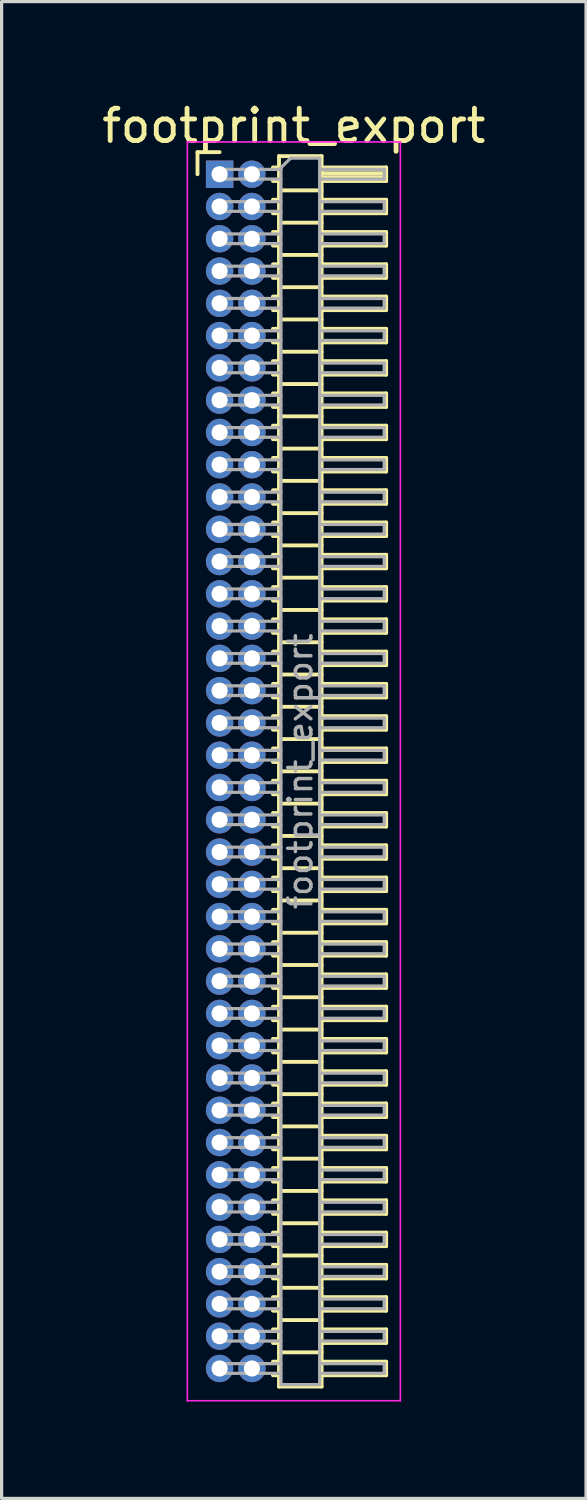
<source format=kicad_pcb>
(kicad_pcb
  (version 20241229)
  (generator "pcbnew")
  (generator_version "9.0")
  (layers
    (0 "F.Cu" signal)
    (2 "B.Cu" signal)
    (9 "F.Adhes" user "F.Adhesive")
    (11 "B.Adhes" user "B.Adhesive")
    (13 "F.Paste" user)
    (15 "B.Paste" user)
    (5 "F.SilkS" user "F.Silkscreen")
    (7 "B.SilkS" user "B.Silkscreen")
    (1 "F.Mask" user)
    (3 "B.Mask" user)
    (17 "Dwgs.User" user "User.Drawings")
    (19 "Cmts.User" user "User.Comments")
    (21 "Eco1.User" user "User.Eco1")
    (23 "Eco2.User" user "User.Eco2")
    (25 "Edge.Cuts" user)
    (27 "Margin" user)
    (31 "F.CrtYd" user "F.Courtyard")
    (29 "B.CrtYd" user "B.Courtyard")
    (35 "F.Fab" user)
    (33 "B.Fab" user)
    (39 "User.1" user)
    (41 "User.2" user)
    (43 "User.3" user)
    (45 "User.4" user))
  (footprint "footprint_export"
    (layer "F.Cu")
    (at 3.754 2.348)
    (property "Reference" "footprint_export" (at 2.3 -1.5 0) (layer "F.SilkS") (effects (font (size 1 1) (thickness 0.15))))
    (attr through_hole)
    (fp_line (start -0.685 -0.685) (end 0 -0.685) (stroke (width 0.12) (type solid)) (layer "F.SilkS"))
    (fp_line (start -0.685 0) (end -0.685 -0.685) (stroke (width 0.12) (type solid)) (layer "F.SilkS"))
    (fp_line (start 1.652 -0.21) (end 1.84 -0.21) (stroke (width 0.12) (type solid)) (layer "F.SilkS"))
    (fp_line (start 1.652 0.21) (end 1.84 0.21) (stroke (width 0.12) (type solid)) (layer "F.SilkS"))
    (fp_line (start 1.652 0.79) (end 1.84 0.79) (stroke (width 0.12) (type solid)) (layer "F.SilkS"))
    (fp_line (start 1.652 1.21) (end 1.84 1.21) (stroke (width 0.12) (type solid)) (layer "F.SilkS"))
    (fp_line (start 1.652 1.79) (end 1.84 1.79) (stroke (width 0.12) (type solid)) (layer "F.SilkS"))
    (fp_line (start 1.652 2.21) (end 1.84 2.21) (stroke (width 0.12) (type solid)) (layer "F.SilkS"))
    (fp_line (start 1.652 2.79) (end 1.84 2.79) (stroke (width 0.12) (type solid)) (layer "F.SilkS"))
    (fp_line (start 1.652 3.21) (end 1.84 3.21) (stroke (width 0.12) (type solid)) (layer "F.SilkS"))
    (fp_line (start 1.652 3.79) (end 1.84 3.79) (stroke (width 0.12) (type solid)) (layer "F.SilkS"))
    (fp_line (start 1.652 4.21) (end 1.84 4.21) (stroke (width 0.12) (type solid)) (layer "F.SilkS"))
    (fp_line (start 1.652 4.79) (end 1.84 4.79) (stroke (width 0.12) (type solid)) (layer "F.SilkS"))
    (fp_line (start 1.652 5.21) (end 1.84 5.21) (stroke (width 0.12) (type solid)) (layer "F.SilkS"))
    (fp_line (start 1.652 5.79) (end 1.84 5.79) (stroke (width 0.12) (type solid)) (layer "F.SilkS"))
    (fp_line (start 1.652 6.21) (end 1.84 6.21) (stroke (width 0.12) (type solid)) (layer "F.SilkS"))
    (fp_line (start 1.652 6.79) (end 1.84 6.79) (stroke (width 0.12) (type solid)) (layer "F.SilkS"))
    (fp_line (start 1.652 7.21) (end 1.84 7.21) (stroke (width 0.12) (type solid)) (layer "F.SilkS"))
    (fp_line (start 1.652 7.79) (end 1.84 7.79) (stroke (width 0.12) (type solid)) (layer "F.SilkS"))
    (fp_line (start 1.652 8.21) (end 1.84 8.21) (stroke (width 0.12) (type solid)) (layer "F.SilkS"))
    (fp_line (start 1.652 8.79) (end 1.84 8.79) (stroke (width 0.12) (type solid)) (layer "F.SilkS"))
    (fp_line (start 1.652 9.21) (end 1.84 9.21) (stroke (width 0.12) (type solid)) (layer "F.SilkS"))
    (fp_line (start 1.652 9.79) (end 1.84 9.79) (stroke (width 0.12) (type solid)) (layer "F.SilkS"))
    (fp_line (start 1.652 10.21) (end 1.84 10.21) (stroke (width 0.12) (type solid)) (layer "F.SilkS"))
    (fp_line (start 1.652 10.79) (end 1.84 10.79) (stroke (width 0.12) (type solid)) (layer "F.SilkS"))
    (fp_line (start 1.652 11.21) (end 1.84 11.21) (stroke (width 0.12) (type solid)) (layer "F.SilkS"))
    (fp_line (start 1.652 11.79) (end 1.84 11.79) (stroke (width 0.12) (type solid)) (layer "F.SilkS"))
    (fp_line (start 1.652 12.21) (end 1.84 12.21) (stroke (width 0.12) (type solid)) (layer "F.SilkS"))
    (fp_line (start 1.652 12.79) (end 1.84 12.79) (stroke (width 0.12) (type solid)) (layer "F.SilkS"))
    (fp_line (start 1.652 13.21) (end 1.84 13.21) (stroke (width 0.12) (type solid)) (layer "F.SilkS"))
    (fp_line (start 1.652 13.79) (end 1.84 13.79) (stroke (width 0.12) (type solid)) (layer "F.SilkS"))
    (fp_line (start 1.652 14.21) (end 1.84 14.21) (stroke (width 0.12) (type solid)) (layer "F.SilkS"))
    (fp_line (start 1.652 14.79) (end 1.84 14.79) (stroke (width 0.12) (type solid)) (layer "F.SilkS"))
    (fp_line (start 1.652 15.21) (end 1.84 15.21) (stroke (width 0.12) (type solid)) (layer "F.SilkS"))
    (fp_line (start 1.652 15.79) (end 1.84 15.79) (stroke (width 0.12) (type solid)) (layer "F.SilkS"))
    (fp_line (start 1.652 16.21) (end 1.84 16.21) (stroke (width 0.12) (type solid)) (layer "F.SilkS"))
    (fp_line (start 1.652 16.79) (end 1.84 16.79) (stroke (width 0.12) (type solid)) (layer "F.SilkS"))
    (fp_line (start 1.652 17.21) (end 1.84 17.21) (stroke (width 0.12) (type solid)) (layer "F.SilkS"))
    (fp_line (start 1.652 17.79) (end 1.84 17.79) (stroke (width 0.12) (type solid)) (layer "F.SilkS"))
    (fp_line (start 1.652 18.21) (end 1.84 18.21) (stroke (width 0.12) (type solid)) (layer "F.SilkS"))
    (fp_line (start 1.652 18.79) (end 1.84 18.79) (stroke (width 0.12) (type solid)) (layer "F.SilkS"))
    (fp_line (start 1.652 19.21) (end 1.84 19.21) (stroke (width 0.12) (type solid)) (layer "F.SilkS"))
    (fp_line (start 1.652 19.79) (end 1.84 19.79) (stroke (width 0.12) (type solid)) (layer "F.SilkS"))
    (fp_line (start 1.652 20.21) (end 1.84 20.21) (stroke (width 0.12) (type solid)) (layer "F.SilkS"))
    (fp_line (start 1.652 20.79) (end 1.84 20.79) (stroke (width 0.12) (type solid)) (layer "F.SilkS"))
    (fp_line (start 1.652 21.21) (end 1.84 21.21) (stroke (width 0.12) (type solid)) (layer "F.SilkS"))
    (fp_line (start 1.652 21.79) (end 1.84 21.79) (stroke (width 0.12) (type solid)) (layer "F.SilkS"))
    (fp_line (start 1.652 22.21) (end 1.84 22.21) (stroke (width 0.12) (type solid)) (layer "F.SilkS"))
    (fp_line (start 1.652 22.79) (end 1.84 22.79) (stroke (width 0.12) (type solid)) (layer "F.SilkS"))
    (fp_line (start 1.652 23.21) (end 1.84 23.21) (stroke (width 0.12) (type solid)) (layer "F.SilkS"))
    (fp_line (start 1.652 23.79) (end 1.84 23.79) (stroke (width 0.12) (type solid)) (layer "F.SilkS"))
    (fp_line (start 1.652 24.21) (end 1.84 24.21) (stroke (width 0.12) (type solid)) (layer "F.SilkS"))
    (fp_line (start 1.652 24.79) (end 1.84 24.79) (stroke (width 0.12) (type solid)) (layer "F.SilkS"))
    (fp_line (start 1.652 25.21) (end 1.84 25.21) (stroke (width 0.12) (type solid)) (layer "F.SilkS"))
    (fp_line (start 1.652 25.79) (end 1.84 25.79) (stroke (width 0.12) (type solid)) (layer "F.SilkS"))
    (fp_line (start 1.652 26.21) (end 1.84 26.21) (stroke (width 0.12) (type solid)) (layer "F.SilkS"))
    (fp_line (start 1.652 26.79) (end 1.84 26.79) (stroke (width 0.12) (type solid)) (layer "F.SilkS"))
    (fp_line (start 1.652 27.21) (end 1.84 27.21) (stroke (width 0.12) (type solid)) (layer "F.SilkS"))
    (fp_line (start 1.652 27.79) (end 1.84 27.79) (stroke (width 0.12) (type solid)) (layer "F.SilkS"))
    (fp_line (start 1.652 28.21) (end 1.84 28.21) (stroke (width 0.12) (type solid)) (layer "F.SilkS"))
    (fp_line (start 1.652 28.79) (end 1.84 28.79) (stroke (width 0.12) (type solid)) (layer "F.SilkS"))
    (fp_line (start 1.652 29.21) (end 1.84 29.21) (stroke (width 0.12) (type solid)) (layer "F.SilkS"))
    (fp_line (start 1.652 29.79) (end 1.84 29.79) (stroke (width 0.12) (type solid)) (layer "F.SilkS"))
    (fp_line (start 1.652 30.21) (end 1.84 30.21) (stroke (width 0.12) (type solid)) (layer "F.SilkS"))
    (fp_line (start 1.652 30.79) (end 1.84 30.79) (stroke (width 0.12) (type solid)) (layer "F.SilkS"))
    (fp_line (start 1.652 31.21) (end 1.84 31.21) (stroke (width 0.12) (type solid)) (layer "F.SilkS"))
    (fp_line (start 1.652 31.79) (end 1.84 31.79) (stroke (width 0.12) (type solid)) (layer "F.SilkS"))
    (fp_line (start 1.652 32.21) (end 1.84 32.21) (stroke (width 0.12) (type solid)) (layer "F.SilkS"))
    (fp_line (start 1.652 32.79) (end 1.84 32.79) (stroke (width 0.12) (type solid)) (layer "F.SilkS"))
    (fp_line (start 1.652 33.21) (end 1.84 33.21) (stroke (width 0.12) (type solid)) (layer "F.SilkS"))
    (fp_line (start 1.652 33.79) (end 1.84 33.79) (stroke (width 0.12) (type solid)) (layer "F.SilkS"))
    (fp_line (start 1.652 34.21) (end 1.84 34.21) (stroke (width 0.12) (type solid)) (layer "F.SilkS"))
    (fp_line (start 1.652 34.79) (end 1.84 34.79) (stroke (width 0.12) (type solid)) (layer "F.SilkS"))
    (fp_line (start 1.652 35.21) (end 1.84 35.21) (stroke (width 0.12) (type solid)) (layer "F.SilkS"))
    (fp_line (start 1.652 35.79) (end 1.84 35.79) (stroke (width 0.12) (type solid)) (layer "F.SilkS"))
    (fp_line (start 1.652 36.21) (end 1.84 36.21) (stroke (width 0.12) (type solid)) (layer "F.SilkS"))
    (fp_line (start 1.652 36.79) (end 1.84 36.79) (stroke (width 0.12) (type solid)) (layer "F.SilkS"))
    (fp_line (start 1.652 37.21) (end 1.84 37.21) (stroke (width 0.12) (type solid)) (layer "F.SilkS"))
    (fp_line (start 1.84 -0.56) (end 1.84 37.56) (stroke (width 0.12) (type solid)) (layer "F.SilkS"))
    (fp_line (start 1.84 0.5) (end 3.16 0.5) (stroke (width 0.12) (type solid)) (layer "F.SilkS"))
    (fp_line (start 1.84 1.5) (end 3.16 1.5) (stroke (width 0.12) (type solid)) (layer "F.SilkS"))
    (fp_line (start 1.84 2.5) (end 3.16 2.5) (stroke (width 0.12) (type solid)) (layer "F.SilkS"))
    (fp_line (start 1.84 3.5) (end 3.16 3.5) (stroke (width 0.12) (type solid)) (layer "F.SilkS"))
    (fp_line (start 1.84 4.5) (end 3.16 4.5) (stroke (width 0.12) (type solid)) (layer "F.SilkS"))
    (fp_line (start 1.84 5.5) (end 3.16 5.5) (stroke (width 0.12) (type solid)) (layer "F.SilkS"))
    (fp_line (start 1.84 6.5) (end 3.16 6.5) (stroke (width 0.12) (type solid)) (layer "F.SilkS"))
    (fp_line (start 1.84 7.5) (end 3.16 7.5) (stroke (width 0.12) (type solid)) (layer "F.SilkS"))
    (fp_line (start 1.84 8.5) (end 3.16 8.5) (stroke (width 0.12) (type solid)) (layer "F.SilkS"))
    (fp_line (start 1.84 9.5) (end 3.16 9.5) (stroke (width 0.12) (type solid)) (layer "F.SilkS"))
    (fp_line (start 1.84 10.5) (end 3.16 10.5) (stroke (width 0.12) (type solid)) (layer "F.SilkS"))
    (fp_line (start 1.84 11.5) (end 3.16 11.5) (stroke (width 0.12) (type solid)) (layer "F.SilkS"))
    (fp_line (start 1.84 12.5) (end 3.16 12.5) (stroke (width 0.12) (type solid)) (layer "F.SilkS"))
    (fp_line (start 1.84 13.5) (end 3.16 13.5) (stroke (width 0.12) (type solid)) (layer "F.SilkS"))
    (fp_line (start 1.84 14.5) (end 3.16 14.5) (stroke (width 0.12) (type solid)) (layer "F.SilkS"))
    (fp_line (start 1.84 15.5) (end 3.16 15.5) (stroke (width 0.12) (type solid)) (layer "F.SilkS"))
    (fp_line (start 1.84 16.5) (end 3.16 16.5) (stroke (width 0.12) (type solid)) (layer "F.SilkS"))
    (fp_line (start 1.84 17.5) (end 3.16 17.5) (stroke (width 0.12) (type solid)) (layer "F.SilkS"))
    (fp_line (start 1.84 18.5) (end 3.16 18.5) (stroke (width 0.12) (type solid)) (layer "F.SilkS"))
    (fp_line (start 1.84 19.5) (end 3.16 19.5) (stroke (width 0.12) (type solid)) (layer "F.SilkS"))
    (fp_line (start 1.84 20.5) (end 3.16 20.5) (stroke (width 0.12) (type solid)) (layer "F.SilkS"))
    (fp_line (start 1.84 21.5) (end 3.16 21.5) (stroke (width 0.12) (type solid)) (layer "F.SilkS"))
    (fp_line (start 1.84 22.5) (end 3.16 22.5) (stroke (width 0.12) (type solid)) (layer "F.SilkS"))
    (fp_line (start 1.84 23.5) (end 3.16 23.5) (stroke (width 0.12) (type solid)) (layer "F.SilkS"))
    (fp_line (start 1.84 24.5) (end 3.16 24.5) (stroke (width 0.12) (type solid)) (layer "F.SilkS"))
    (fp_line (start 1.84 25.5) (end 3.16 25.5) (stroke (width 0.12) (type solid)) (layer "F.SilkS"))
    (fp_line (start 1.84 26.5) (end 3.16 26.5) (stroke (width 0.12) (type solid)) (layer "F.SilkS"))
    (fp_line (start 1.84 27.5) (end 3.16 27.5) (stroke (width 0.12) (type solid)) (layer "F.SilkS"))
    (fp_line (start 1.84 28.5) (end 3.16 28.5) (stroke (width 0.12) (type solid)) (layer "F.SilkS"))
    (fp_line (start 1.84 29.5) (end 3.16 29.5) (stroke (width 0.12) (type solid)) (layer "F.SilkS"))
    (fp_line (start 1.84 30.5) (end 3.16 30.5) (stroke (width 0.12) (type solid)) (layer "F.SilkS"))
    (fp_line (start 1.84 31.5) (end 3.16 31.5) (stroke (width 0.12) (type solid)) (layer "F.SilkS"))
    (fp_line (start 1.84 32.5) (end 3.16 32.5) (stroke (width 0.12) (type solid)) (layer "F.SilkS"))
    (fp_line (start 1.84 33.5) (end 3.16 33.5) (stroke (width 0.12) (type solid)) (layer "F.SilkS"))
    (fp_line (start 1.84 34.5) (end 3.16 34.5) (stroke (width 0.12) (type solid)) (layer "F.SilkS"))
    (fp_line (start 1.84 35.5) (end 3.16 35.5) (stroke (width 0.12) (type solid)) (layer "F.SilkS"))
    (fp_line (start 1.84 36.5) (end 3.16 36.5) (stroke (width 0.12) (type solid)) (layer "F.SilkS"))
    (fp_line (start 1.84 37.56) (end 3.16 37.56) (stroke (width 0.12) (type solid)) (layer "F.SilkS"))
    (fp_line (start 3.16 -0.56) (end 1.84 -0.56) (stroke (width 0.12) (type solid)) (layer "F.SilkS"))
    (fp_line (start 3.16 -0.21) (end 5.16 -0.21) (stroke (width 0.12) (type solid)) (layer "F.SilkS"))
    (fp_line (start 3.16 -0.15) (end 5.16 -0.15) (stroke (width 0.12) (type solid)) (layer "F.SilkS"))
    (fp_line (start 3.16 -0.03) (end 5.16 -0.03) (stroke (width 0.12) (type solid)) (layer "F.SilkS"))
    (fp_line (start 3.16 0.09) (end 5.16 0.09) (stroke (width 0.12) (type solid)) (layer "F.SilkS"))
    (fp_line (start 3.16 0.79) (end 5.16 0.79) (stroke (width 0.12) (type solid)) (layer "F.SilkS"))
    (fp_line (start 3.16 1.79) (end 5.16 1.79) (stroke (width 0.12) (type solid)) (layer "F.SilkS"))
    (fp_line (start 3.16 2.79) (end 5.16 2.79) (stroke (width 0.12) (type solid)) (layer "F.SilkS"))
    (fp_line (start 3.16 3.79) (end 5.16 3.79) (stroke (width 0.12) (type solid)) (layer "F.SilkS"))
    (fp_line (start 3.16 4.79) (end 5.16 4.79) (stroke (width 0.12) (type solid)) (layer "F.SilkS"))
    (fp_line (start 3.16 5.79) (end 5.16 5.79) (stroke (width 0.12) (type solid)) (layer "F.SilkS"))
    (fp_line (start 3.16 6.79) (end 5.16 6.79) (stroke (width 0.12) (type solid)) (layer "F.SilkS"))
    (fp_line (start 3.16 7.79) (end 5.16 7.79) (stroke (width 0.12) (type solid)) (layer "F.SilkS"))
    (fp_line (start 3.16 8.79) (end 5.16 8.79) (stroke (width 0.12) (type solid)) (layer "F.SilkS"))
    (fp_line (start 3.16 9.79) (end 5.16 9.79) (stroke (width 0.12) (type solid)) (layer "F.SilkS"))
    (fp_line (start 3.16 10.79) (end 5.16 10.79) (stroke (width 0.12) (type solid)) (layer "F.SilkS"))
    (fp_line (start 3.16 11.79) (end 5.16 11.79) (stroke (width 0.12) (type solid)) (layer "F.SilkS"))
    (fp_line (start 3.16 12.79) (end 5.16 12.79) (stroke (width 0.12) (type solid)) (layer "F.SilkS"))
    (fp_line (start 3.16 13.79) (end 5.16 13.79) (stroke (width 0.12) (type solid)) (layer "F.SilkS"))
    (fp_line (start 3.16 14.79) (end 5.16 14.79) (stroke (width 0.12) (type solid)) (layer "F.SilkS"))
    (fp_line (start 3.16 15.79) (end 5.16 15.79) (stroke (width 0.12) (type solid)) (layer "F.SilkS"))
    (fp_line (start 3.16 16.79) (end 5.16 16.79) (stroke (width 0.12) (type solid)) (layer "F.SilkS"))
    (fp_line (start 3.16 17.79) (end 5.16 17.79) (stroke (width 0.12) (type solid)) (layer "F.SilkS"))
    (fp_line (start 3.16 18.79) (end 5.16 18.79) (stroke (width 0.12) (type solid)) (layer "F.SilkS"))
    (fp_line (start 3.16 19.79) (end 5.16 19.79) (stroke (width 0.12) (type solid)) (layer "F.SilkS"))
    (fp_line (start 3.16 20.79) (end 5.16 20.79) (stroke (width 0.12) (type solid)) (layer "F.SilkS"))
    (fp_line (start 3.16 21.79) (end 5.16 21.79) (stroke (width 0.12) (type solid)) (layer "F.SilkS"))
    (fp_line (start 3.16 22.79) (end 5.16 22.79) (stroke (width 0.12) (type solid)) (layer "F.SilkS"))
    (fp_line (start 3.16 23.79) (end 5.16 23.79) (stroke (width 0.12) (type solid)) (layer "F.SilkS"))
    (fp_line (start 3.16 24.79) (end 5.16 24.79) (stroke (width 0.12) (type solid)) (layer "F.SilkS"))
    (fp_line (start 3.16 25.79) (end 5.16 25.79) (stroke (width 0.12) (type solid)) (layer "F.SilkS"))
    (fp_line (start 3.16 26.79) (end 5.16 26.79) (stroke (width 0.12) (type solid)) (layer "F.SilkS"))
    (fp_line (start 3.16 27.79) (end 5.16 27.79) (stroke (width 0.12) (type solid)) (layer "F.SilkS"))
    (fp_line (start 3.16 28.79) (end 5.16 28.79) (stroke (width 0.12) (type solid)) (layer "F.SilkS"))
    (fp_line (start 3.16 29.79) (end 5.16 29.79) (stroke (width 0.12) (type solid)) (layer "F.SilkS"))
    (fp_line (start 3.16 30.79) (end 5.16 30.79) (stroke (width 0.12) (type solid)) (layer "F.SilkS"))
    (fp_line (start 3.16 31.79) (end 5.16 31.79) (stroke (width 0.12) (type solid)) (layer "F.SilkS"))
    (fp_line (start 3.16 32.79) (end 5.16 32.79) (stroke (width 0.12) (type solid)) (layer "F.SilkS"))
    (fp_line (start 3.16 33.79) (end 5.16 33.79) (stroke (width 0.12) (type solid)) (layer "F.SilkS"))
    (fp_line (start 3.16 34.79) (end 5.16 34.79) (stroke (width 0.12) (type solid)) (layer "F.SilkS"))
    (fp_line (start 3.16 35.79) (end 5.16 35.79) (stroke (width 0.12) (type solid)) (layer "F.SilkS"))
    (fp_line (start 3.16 36.79) (end 5.16 36.79) (stroke (width 0.12) (type solid)) (layer "F.SilkS"))
    (fp_line (start 3.16 37.56) (end 3.16 -0.56) (stroke (width 0.12) (type solid)) (layer "F.SilkS"))
    (fp_line (start 5.16 -0.21) (end 5.16 0.21) (stroke (width 0.12) (type solid)) (layer "F.SilkS"))
    (fp_line (start 5.16 0.21) (end 3.16 0.21) (stroke (width 0.12) (type solid)) (layer "F.SilkS"))
    (fp_line (start 5.16 0.79) (end 5.16 1.21) (stroke (width 0.12) (type solid)) (layer "F.SilkS"))
    (fp_line (start 5.16 1.21) (end 3.16 1.21) (stroke (width 0.12) (type solid)) (layer "F.SilkS"))
    (fp_line (start 5.16 1.79) (end 5.16 2.21) (stroke (width 0.12) (type solid)) (layer "F.SilkS"))
    (fp_line (start 5.16 2.21) (end 3.16 2.21) (stroke (width 0.12) (type solid)) (layer "F.SilkS"))
    (fp_line (start 5.16 2.79) (end 5.16 3.21) (stroke (width 0.12) (type solid)) (layer "F.SilkS"))
    (fp_line (start 5.16 3.21) (end 3.16 3.21) (stroke (width 0.12) (type solid)) (layer "F.SilkS"))
    (fp_line (start 5.16 3.79) (end 5.16 4.21) (stroke (width 0.12) (type solid)) (layer "F.SilkS"))
    (fp_line (start 5.16 4.21) (end 3.16 4.21) (stroke (width 0.12) (type solid)) (layer "F.SilkS"))
    (fp_line (start 5.16 4.79) (end 5.16 5.21) (stroke (width 0.12) (type solid)) (layer "F.SilkS"))
    (fp_line (start 5.16 5.21) (end 3.16 5.21) (stroke (width 0.12) (type solid)) (layer "F.SilkS"))
    (fp_line (start 5.16 5.79) (end 5.16 6.21) (stroke (width 0.12) (type solid)) (layer "F.SilkS"))
    (fp_line (start 5.16 6.21) (end 3.16 6.21) (stroke (width 0.12) (type solid)) (layer "F.SilkS"))
    (fp_line (start 5.16 6.79) (end 5.16 7.21) (stroke (width 0.12) (type solid)) (layer "F.SilkS"))
    (fp_line (start 5.16 7.21) (end 3.16 7.21) (stroke (width 0.12) (type solid)) (layer "F.SilkS"))
    (fp_line (start 5.16 7.79) (end 5.16 8.21) (stroke (width 0.12) (type solid)) (layer "F.SilkS"))
    (fp_line (start 5.16 8.21) (end 3.16 8.21) (stroke (width 0.12) (type solid)) (layer "F.SilkS"))
    (fp_line (start 5.16 8.79) (end 5.16 9.21) (stroke (width 0.12) (type solid)) (layer "F.SilkS"))
    (fp_line (start 5.16 9.21) (end 3.16 9.21) (stroke (width 0.12) (type solid)) (layer "F.SilkS"))
    (fp_line (start 5.16 9.79) (end 5.16 10.21) (stroke (width 0.12) (type solid)) (layer "F.SilkS"))
    (fp_line (start 5.16 10.21) (end 3.16 10.21) (stroke (width 0.12) (type solid)) (layer "F.SilkS"))
    (fp_line (start 5.16 10.79) (end 5.16 11.21) (stroke (width 0.12) (type solid)) (layer "F.SilkS"))
    (fp_line (start 5.16 11.21) (end 3.16 11.21) (stroke (width 0.12) (type solid)) (layer "F.SilkS"))
    (fp_line (start 5.16 11.79) (end 5.16 12.21) (stroke (width 0.12) (type solid)) (layer "F.SilkS"))
    (fp_line (start 5.16 12.21) (end 3.16 12.21) (stroke (width 0.12) (type solid)) (layer "F.SilkS"))
    (fp_line (start 5.16 12.79) (end 5.16 13.21) (stroke (width 0.12) (type solid)) (layer "F.SilkS"))
    (fp_line (start 5.16 13.21) (end 3.16 13.21) (stroke (width 0.12) (type solid)) (layer "F.SilkS"))
    (fp_line (start 5.16 13.79) (end 5.16 14.21) (stroke (width 0.12) (type solid)) (layer "F.SilkS"))
    (fp_line (start 5.16 14.21) (end 3.16 14.21) (stroke (width 0.12) (type solid)) (layer "F.SilkS"))
    (fp_line (start 5.16 14.79) (end 5.16 15.21) (stroke (width 0.12) (type solid)) (layer "F.SilkS"))
    (fp_line (start 5.16 15.21) (end 3.16 15.21) (stroke (width 0.12) (type solid)) (layer "F.SilkS"))
    (fp_line (start 5.16 15.79) (end 5.16 16.21) (stroke (width 0.12) (type solid)) (layer "F.SilkS"))
    (fp_line (start 5.16 16.21) (end 3.16 16.21) (stroke (width 0.12) (type solid)) (layer "F.SilkS"))
    (fp_line (start 5.16 16.79) (end 5.16 17.21) (stroke (width 0.12) (type solid)) (layer "F.SilkS"))
    (fp_line (start 5.16 17.21) (end 3.16 17.21) (stroke (width 0.12) (type solid)) (layer "F.SilkS"))
    (fp_line (start 5.16 17.79) (end 5.16 18.21) (stroke (width 0.12) (type solid)) (layer "F.SilkS"))
    (fp_line (start 5.16 18.21) (end 3.16 18.21) (stroke (width 0.12) (type solid)) (layer "F.SilkS"))
    (fp_line (start 5.16 18.79) (end 5.16 19.21) (stroke (width 0.12) (type solid)) (layer "F.SilkS"))
    (fp_line (start 5.16 19.21) (end 3.16 19.21) (stroke (width 0.12) (type solid)) (layer "F.SilkS"))
    (fp_line (start 5.16 19.79) (end 5.16 20.21) (stroke (width 0.12) (type solid)) (layer "F.SilkS"))
    (fp_line (start 5.16 20.21) (end 3.16 20.21) (stroke (width 0.12) (type solid)) (layer "F.SilkS"))
    (fp_line (start 5.16 20.79) (end 5.16 21.21) (stroke (width 0.12) (type solid)) (layer "F.SilkS"))
    (fp_line (start 5.16 21.21) (end 3.16 21.21) (stroke (width 0.12) (type solid)) (layer "F.SilkS"))
    (fp_line (start 5.16 21.79) (end 5.16 22.21) (stroke (width 0.12) (type solid)) (layer "F.SilkS"))
    (fp_line (start 5.16 22.21) (end 3.16 22.21) (stroke (width 0.12) (type solid)) (layer "F.SilkS"))
    (fp_line (start 5.16 22.79) (end 5.16 23.21) (stroke (width 0.12) (type solid)) (layer "F.SilkS"))
    (fp_line (start 5.16 23.21) (end 3.16 23.21) (stroke (width 0.12) (type solid)) (layer "F.SilkS"))
    (fp_line (start 5.16 23.79) (end 5.16 24.21) (stroke (width 0.12) (type solid)) (layer "F.SilkS"))
    (fp_line (start 5.16 24.21) (end 3.16 24.21) (stroke (width 0.12) (type solid)) (layer "F.SilkS"))
    (fp_line (start 5.16 24.79) (end 5.16 25.21) (stroke (width 0.12) (type solid)) (layer "F.SilkS"))
    (fp_line (start 5.16 25.21) (end 3.16 25.21) (stroke (width 0.12) (type solid)) (layer "F.SilkS"))
    (fp_line (start 5.16 25.79) (end 5.16 26.21) (stroke (width 0.12) (type solid)) (layer "F.SilkS"))
    (fp_line (start 5.16 26.21) (end 3.16 26.21) (stroke (width 0.12) (type solid)) (layer "F.SilkS"))
    (fp_line (start 5.16 26.79) (end 5.16 27.21) (stroke (width 0.12) (type solid)) (layer "F.SilkS"))
    (fp_line (start 5.16 27.21) (end 3.16 27.21) (stroke (width 0.12) (type solid)) (layer "F.SilkS"))
    (fp_line (start 5.16 27.79) (end 5.16 28.21) (stroke (width 0.12) (type solid)) (layer "F.SilkS"))
    (fp_line (start 5.16 28.21) (end 3.16 28.21) (stroke (width 0.12) (type solid)) (layer "F.SilkS"))
    (fp_line (start 5.16 28.79) (end 5.16 29.21) (stroke (width 0.12) (type solid)) (layer "F.SilkS"))
    (fp_line (start 5.16 29.21) (end 3.16 29.21) (stroke (width 0.12) (type solid)) (layer "F.SilkS"))
    (fp_line (start 5.16 29.79) (end 5.16 30.21) (stroke (width 0.12) (type solid)) (layer "F.SilkS"))
    (fp_line (start 5.16 30.21) (end 3.16 30.21) (stroke (width 0.12) (type solid)) (layer "F.SilkS"))
    (fp_line (start 5.16 30.79) (end 5.16 31.21) (stroke (width 0.12) (type solid)) (layer "F.SilkS"))
    (fp_line (start 5.16 31.21) (end 3.16 31.21) (stroke (width 0.12) (type solid)) (layer "F.SilkS"))
    (fp_line (start 5.16 31.79) (end 5.16 32.21) (stroke (width 0.12) (type solid)) (layer "F.SilkS"))
    (fp_line (start 5.16 32.21) (end 3.16 32.21) (stroke (width 0.12) (type solid)) (layer "F.SilkS"))
    (fp_line (start 5.16 32.79) (end 5.16 33.21) (stroke (width 0.12) (type solid)) (layer "F.SilkS"))
    (fp_line (start 5.16 33.21) (end 3.16 33.21) (stroke (width 0.12) (type solid)) (layer "F.SilkS"))
    (fp_line (start 5.16 33.79) (end 5.16 34.21) (stroke (width 0.12) (type solid)) (layer "F.SilkS"))
    (fp_line (start 5.16 34.21) (end 3.16 34.21) (stroke (width 0.12) (type solid)) (layer "F.SilkS"))
    (fp_line (start 5.16 34.79) (end 5.16 35.21) (stroke (width 0.12) (type solid)) (layer "F.SilkS"))
    (fp_line (start 5.16 35.21) (end 3.16 35.21) (stroke (width 0.12) (type solid)) (layer "F.SilkS"))
    (fp_line (start 5.16 35.79) (end 5.16 36.21) (stroke (width 0.12) (type solid)) (layer "F.SilkS"))
    (fp_line (start 5.16 36.21) (end 3.16 36.21) (stroke (width 0.12) (type solid)) (layer "F.SilkS"))
    (fp_line (start 5.16 36.79) (end 5.16 37.21) (stroke (width 0.12) (type solid)) (layer "F.SilkS"))
    (fp_line (start 5.16 37.21) (end 3.16 37.21) (stroke (width 0.12) (type solid)) (layer "F.SilkS"))
    (fp_line (start -1 -1) (end -1 38) (stroke (width 0.05) (type solid)) (layer "F.CrtYd"))
    (fp_line (start -1 38) (end 5.6 38) (stroke (width 0.05) (type solid)) (layer "F.CrtYd"))
    (fp_line (start 5.6 -1) (end -1 -1) (stroke (width 0.05) (type solid)) (layer "F.CrtYd"))
    (fp_line (start 5.6 38) (end 5.6 -1) (stroke (width 0.05) (type solid)) (layer "F.CrtYd"))
    (fp_line (start -0.15 -0.15) (end -0.15 0.15) (stroke (width 0.1) (type solid)) (layer "F.Fab"))
    (fp_line (start -0.15 -0.15) (end 1.9 -0.15) (stroke (width 0.1) (type solid)) (layer "F.Fab"))
    (fp_line (start -0.15 0.15) (end 1.9 0.15) (stroke (width 0.1) (type solid)) (layer "F.Fab"))
    (fp_line (start -0.15 0.85) (end -0.15 1.15) (stroke (width 0.1) (type solid)) (layer "F.Fab"))
    (fp_line (start -0.15 0.85) (end 1.9 0.85) (stroke (width 0.1) (type solid)) (layer "F.Fab"))
    (fp_line (start -0.15 1.15) (end 1.9 1.15) (stroke (width 0.1) (type solid)) (layer "F.Fab"))
    (fp_line (start -0.15 1.85) (end -0.15 2.15) (stroke (width 0.1) (type solid)) (layer "F.Fab"))
    (fp_line (start -0.15 1.85) (end 1.9 1.85) (stroke (width 0.1) (type solid)) (layer "F.Fab"))
    (fp_line (start -0.15 2.15) (end 1.9 2.15) (stroke (width 0.1) (type solid)) (layer "F.Fab"))
    (fp_line (start -0.15 2.85) (end -0.15 3.15) (stroke (width 0.1) (type solid)) (layer "F.Fab"))
    (fp_line (start -0.15 2.85) (end 1.9 2.85) (stroke (width 0.1) (type solid)) (layer "F.Fab"))
    (fp_line (start -0.15 3.15) (end 1.9 3.15) (stroke (width 0.1) (type solid)) (layer "F.Fab"))
    (fp_line (start -0.15 3.85) (end -0.15 4.15) (stroke (width 0.1) (type solid)) (layer "F.Fab"))
    (fp_line (start -0.15 3.85) (end 1.9 3.85) (stroke (width 0.1) (type solid)) (layer "F.Fab"))
    (fp_line (start -0.15 4.15) (end 1.9 4.15) (stroke (width 0.1) (type solid)) (layer "F.Fab"))
    (fp_line (start -0.15 4.85) (end -0.15 5.15) (stroke (width 0.1) (type solid)) (layer "F.Fab"))
    (fp_line (start -0.15 4.85) (end 1.9 4.85) (stroke (width 0.1) (type solid)) (layer "F.Fab"))
    (fp_line (start -0.15 5.15) (end 1.9 5.15) (stroke (width 0.1) (type solid)) (layer "F.Fab"))
    (fp_line (start -0.15 5.85) (end -0.15 6.15) (stroke (width 0.1) (type solid)) (layer "F.Fab"))
    (fp_line (start -0.15 5.85) (end 1.9 5.85) (stroke (width 0.1) (type solid)) (layer "F.Fab"))
    (fp_line (start -0.15 6.15) (end 1.9 6.15) (stroke (width 0.1) (type solid)) (layer "F.Fab"))
    (fp_line (start -0.15 6.85) (end -0.15 7.15) (stroke (width 0.1) (type solid)) (layer "F.Fab"))
    (fp_line (start -0.15 6.85) (end 1.9 6.85) (stroke (width 0.1) (type solid)) (layer "F.Fab"))
    (fp_line (start -0.15 7.15) (end 1.9 7.15) (stroke (width 0.1) (type solid)) (layer "F.Fab"))
    (fp_line (start -0.15 7.85) (end -0.15 8.15) (stroke (width 0.1) (type solid)) (layer "F.Fab"))
    (fp_line (start -0.15 7.85) (end 1.9 7.85) (stroke (width 0.1) (type solid)) (layer "F.Fab"))
    (fp_line (start -0.15 8.15) (end 1.9 8.15) (stroke (width 0.1) (type solid)) (layer "F.Fab"))
    (fp_line (start -0.15 8.85) (end -0.15 9.15) (stroke (width 0.1) (type solid)) (layer "F.Fab"))
    (fp_line (start -0.15 8.85) (end 1.9 8.85) (stroke (width 0.1) (type solid)) (layer "F.Fab"))
    (fp_line (start -0.15 9.15) (end 1.9 9.15) (stroke (width 0.1) (type solid)) (layer "F.Fab"))
    (fp_line (start -0.15 9.85) (end -0.15 10.15) (stroke (width 0.1) (type solid)) (layer "F.Fab"))
    (fp_line (start -0.15 9.85) (end 1.9 9.85) (stroke (width 0.1) (type solid)) (layer "F.Fab"))
    (fp_line (start -0.15 10.15) (end 1.9 10.15) (stroke (width 0.1) (type solid)) (layer "F.Fab"))
    (fp_line (start -0.15 10.85) (end -0.15 11.15) (stroke (width 0.1) (type solid)) (layer "F.Fab"))
    (fp_line (start -0.15 10.85) (end 1.9 10.85) (stroke (width 0.1) (type solid)) (layer "F.Fab"))
    (fp_line (start -0.15 11.15) (end 1.9 11.15) (stroke (width 0.1) (type solid)) (layer "F.Fab"))
    (fp_line (start -0.15 11.85) (end -0.15 12.15) (stroke (width 0.1) (type solid)) (layer "F.Fab"))
    (fp_line (start -0.15 11.85) (end 1.9 11.85) (stroke (width 0.1) (type solid)) (layer "F.Fab"))
    (fp_line (start -0.15 12.15) (end 1.9 12.15) (stroke (width 0.1) (type solid)) (layer "F.Fab"))
    (fp_line (start -0.15 12.85) (end -0.15 13.15) (stroke (width 0.1) (type solid)) (layer "F.Fab"))
    (fp_line (start -0.15 12.85) (end 1.9 12.85) (stroke (width 0.1) (type solid)) (layer "F.Fab"))
    (fp_line (start -0.15 13.15) (end 1.9 13.15) (stroke (width 0.1) (type solid)) (layer "F.Fab"))
    (fp_line (start -0.15 13.85) (end -0.15 14.15) (stroke (width 0.1) (type solid)) (layer "F.Fab"))
    (fp_line (start -0.15 13.85) (end 1.9 13.85) (stroke (width 0.1) (type solid)) (layer "F.Fab"))
    (fp_line (start -0.15 14.15) (end 1.9 14.15) (stroke (width 0.1) (type solid)) (layer "F.Fab"))
    (fp_line (start -0.15 14.85) (end -0.15 15.15) (stroke (width 0.1) (type solid)) (layer "F.Fab"))
    (fp_line (start -0.15 14.85) (end 1.9 14.85) (stroke (width 0.1) (type solid)) (layer "F.Fab"))
    (fp_line (start -0.15 15.15) (end 1.9 15.15) (stroke (width 0.1) (type solid)) (layer "F.Fab"))
    (fp_line (start -0.15 15.85) (end -0.15 16.15) (stroke (width 0.1) (type solid)) (layer "F.Fab"))
    (fp_line (start -0.15 15.85) (end 1.9 15.85) (stroke (width 0.1) (type solid)) (layer "F.Fab"))
    (fp_line (start -0.15 16.15) (end 1.9 16.15) (stroke (width 0.1) (type solid)) (layer "F.Fab"))
    (fp_line (start -0.15 16.85) (end -0.15 17.15) (stroke (width 0.1) (type solid)) (layer "F.Fab"))
    (fp_line (start -0.15 16.85) (end 1.9 16.85) (stroke (width 0.1) (type solid)) (layer "F.Fab"))
    (fp_line (start -0.15 17.15) (end 1.9 17.15) (stroke (width 0.1) (type solid)) (layer "F.Fab"))
    (fp_line (start -0.15 17.85) (end -0.15 18.15) (stroke (width 0.1) (type solid)) (layer "F.Fab"))
    (fp_line (start -0.15 17.85) (end 1.9 17.85) (stroke (width 0.1) (type solid)) (layer "F.Fab"))
    (fp_line (start -0.15 18.15) (end 1.9 18.15) (stroke (width 0.1) (type solid)) (layer "F.Fab"))
    (fp_line (start -0.15 18.85) (end -0.15 19.15) (stroke (width 0.1) (type solid)) (layer "F.Fab"))
    (fp_line (start -0.15 18.85) (end 1.9 18.85) (stroke (width 0.1) (type solid)) (layer "F.Fab"))
    (fp_line (start -0.15 19.15) (end 1.9 19.15) (stroke (width 0.1) (type solid)) (layer "F.Fab"))
    (fp_line (start -0.15 19.85) (end -0.15 20.15) (stroke (width 0.1) (type solid)) (layer "F.Fab"))
    (fp_line (start -0.15 19.85) (end 1.9 19.85) (stroke (width 0.1) (type solid)) (layer "F.Fab"))
    (fp_line (start -0.15 20.15) (end 1.9 20.15) (stroke (width 0.1) (type solid)) (layer "F.Fab"))
    (fp_line (start -0.15 20.85) (end -0.15 21.15) (stroke (width 0.1) (type solid)) (layer "F.Fab"))
    (fp_line (start -0.15 20.85) (end 1.9 20.85) (stroke (width 0.1) (type solid)) (layer "F.Fab"))
    (fp_line (start -0.15 21.15) (end 1.9 21.15) (stroke (width 0.1) (type solid)) (layer "F.Fab"))
    (fp_line (start -0.15 21.85) (end -0.15 22.15) (stroke (width 0.1) (type solid)) (layer "F.Fab"))
    (fp_line (start -0.15 21.85) (end 1.9 21.85) (stroke (width 0.1) (type solid)) (layer "F.Fab"))
    (fp_line (start -0.15 22.15) (end 1.9 22.15) (stroke (width 0.1) (type solid)) (layer "F.Fab"))
    (fp_line (start -0.15 22.85) (end -0.15 23.15) (stroke (width 0.1) (type solid)) (layer "F.Fab"))
    (fp_line (start -0.15 22.85) (end 1.9 22.85) (stroke (width 0.1) (type solid)) (layer "F.Fab"))
    (fp_line (start -0.15 23.15) (end 1.9 23.15) (stroke (width 0.1) (type solid)) (layer "F.Fab"))
    (fp_line (start -0.15 23.85) (end -0.15 24.15) (stroke (width 0.1) (type solid)) (layer "F.Fab"))
    (fp_line (start -0.15 23.85) (end 1.9 23.85) (stroke (width 0.1) (type solid)) (layer "F.Fab"))
    (fp_line (start -0.15 24.15) (end 1.9 24.15) (stroke (width 0.1) (type solid)) (layer "F.Fab"))
    (fp_line (start -0.15 24.85) (end -0.15 25.15) (stroke (width 0.1) (type solid)) (layer "F.Fab"))
    (fp_line (start -0.15 24.85) (end 1.9 24.85) (stroke (width 0.1) (type solid)) (layer "F.Fab"))
    (fp_line (start -0.15 25.15) (end 1.9 25.15) (stroke (width 0.1) (type solid)) (layer "F.Fab"))
    (fp_line (start -0.15 25.85) (end -0.15 26.15) (stroke (width 0.1) (type solid)) (layer "F.Fab"))
    (fp_line (start -0.15 25.85) (end 1.9 25.85) (stroke (width 0.1) (type solid)) (layer "F.Fab"))
    (fp_line (start -0.15 26.15) (end 1.9 26.15) (stroke (width 0.1) (type solid)) (layer "F.Fab"))
    (fp_line (start -0.15 26.85) (end -0.15 27.15) (stroke (width 0.1) (type solid)) (layer "F.Fab"))
    (fp_line (start -0.15 26.85) (end 1.9 26.85) (stroke (width 0.1) (type solid)) (layer "F.Fab"))
    (fp_line (start -0.15 27.15) (end 1.9 27.15) (stroke (width 0.1) (type solid)) (layer "F.Fab"))
    (fp_line (start -0.15 27.85) (end -0.15 28.15) (stroke (width 0.1) (type solid)) (layer "F.Fab"))
    (fp_line (start -0.15 27.85) (end 1.9 27.85) (stroke (width 0.1) (type solid)) (layer "F.Fab"))
    (fp_line (start -0.15 28.15) (end 1.9 28.15) (stroke (width 0.1) (type solid)) (layer "F.Fab"))
    (fp_line (start -0.15 28.85) (end -0.15 29.15) (stroke (width 0.1) (type solid)) (layer "F.Fab"))
    (fp_line (start -0.15 28.85) (end 1.9 28.85) (stroke (width 0.1) (type solid)) (layer "F.Fab"))
    (fp_line (start -0.15 29.15) (end 1.9 29.15) (stroke (width 0.1) (type solid)) (layer "F.Fab"))
    (fp_line (start -0.15 29.85) (end -0.15 30.15) (stroke (width 0.1) (type solid)) (layer "F.Fab"))
    (fp_line (start -0.15 29.85) (end 1.9 29.85) (stroke (width 0.1) (type solid)) (layer "F.Fab"))
    (fp_line (start -0.15 30.15) (end 1.9 30.15) (stroke (width 0.1) (type solid)) (layer "F.Fab"))
    (fp_line (start -0.15 30.85) (end -0.15 31.15) (stroke (width 0.1) (type solid)) (layer "F.Fab"))
    (fp_line (start -0.15 30.85) (end 1.9 30.85) (stroke (width 0.1) (type solid)) (layer "F.Fab"))
    (fp_line (start -0.15 31.15) (end 1.9 31.15) (stroke (width 0.1) (type solid)) (layer "F.Fab"))
    (fp_line (start -0.15 31.85) (end -0.15 32.15) (stroke (width 0.1) (type solid)) (layer "F.Fab"))
    (fp_line (start -0.15 31.85) (end 1.9 31.85) (stroke (width 0.1) (type solid)) (layer "F.Fab"))
    (fp_line (start -0.15 32.15) (end 1.9 32.15) (stroke (width 0.1) (type solid)) (layer "F.Fab"))
    (fp_line (start -0.15 32.85) (end -0.15 33.15) (stroke (width 0.1) (type solid)) (layer "F.Fab"))
    (fp_line (start -0.15 32.85) (end 1.9 32.85) (stroke (width 0.1) (type solid)) (layer "F.Fab"))
    (fp_line (start -0.15 33.15) (end 1.9 33.15) (stroke (width 0.1) (type solid)) (layer "F.Fab"))
    (fp_line (start -0.15 33.85) (end -0.15 34.15) (stroke (width 0.1) (type solid)) (layer "F.Fab"))
    (fp_line (start -0.15 33.85) (end 1.9 33.85) (stroke (width 0.1) (type solid)) (layer "F.Fab"))
    (fp_line (start -0.15 34.15) (end 1.9 34.15) (stroke (width 0.1) (type solid)) (layer "F.Fab"))
    (fp_line (start -0.15 34.85) (end -0.15 35.15) (stroke (width 0.1) (type solid)) (layer "F.Fab"))
    (fp_line (start -0.15 34.85) (end 1.9 34.85) (stroke (width 0.1) (type solid)) (layer "F.Fab"))
    (fp_line (start -0.15 35.15) (end 1.9 35.15) (stroke (width 0.1) (type solid)) (layer "F.Fab"))
    (fp_line (start -0.15 35.85) (end -0.15 36.15) (stroke (width 0.1) (type solid)) (layer "F.Fab"))
    (fp_line (start -0.15 35.85) (end 1.9 35.85) (stroke (width 0.1) (type solid)) (layer "F.Fab"))
    (fp_line (start -0.15 36.15) (end 1.9 36.15) (stroke (width 0.1) (type solid)) (layer "F.Fab"))
    (fp_line (start -0.15 36.85) (end -0.15 37.15) (stroke (width 0.1) (type solid)) (layer "F.Fab"))
    (fp_line (start -0.15 36.85) (end 1.9 36.85) (stroke (width 0.1) (type solid)) (layer "F.Fab"))
    (fp_line (start -0.15 37.15) (end 1.9 37.15) (stroke (width 0.1) (type solid)) (layer "F.Fab"))
    (fp_line (start 1.9 -0.2) (end 2.2 -0.5) (stroke (width 0.1) (type solid)) (layer "F.Fab"))
    (fp_line (start 1.9 37.5) (end 1.9 -0.2) (stroke (width 0.1) (type solid)) (layer "F.Fab"))
    (fp_line (start 2.2 -0.5) (end 3.1 -0.5) (stroke (width 0.1) (type solid)) (layer "F.Fab"))
    (fp_line (start 3.1 -0.5) (end 3.1 37.5) (stroke (width 0.1) (type solid)) (layer "F.Fab"))
    (fp_line (start 3.1 -0.15) (end 5.1 -0.15) (stroke (width 0.1) (type solid)) (layer "F.Fab"))
    (fp_line (start 3.1 0.15) (end 5.1 0.15) (stroke (width 0.1) (type solid)) (layer "F.Fab"))
    (fp_line (start 3.1 0.85) (end 5.1 0.85) (stroke (width 0.1) (type solid)) (layer "F.Fab"))
    (fp_line (start 3.1 1.15) (end 5.1 1.15) (stroke (width 0.1) (type solid)) (layer "F.Fab"))
    (fp_line (start 3.1 1.85) (end 5.1 1.85) (stroke (width 0.1) (type solid)) (layer "F.Fab"))
    (fp_line (start 3.1 2.15) (end 5.1 2.15) (stroke (width 0.1) (type solid)) (layer "F.Fab"))
    (fp_line (start 3.1 2.85) (end 5.1 2.85) (stroke (width 0.1) (type solid)) (layer "F.Fab"))
    (fp_line (start 3.1 3.15) (end 5.1 3.15) (stroke (width 0.1) (type solid)) (layer "F.Fab"))
    (fp_line (start 3.1 3.85) (end 5.1 3.85) (stroke (width 0.1) (type solid)) (layer "F.Fab"))
    (fp_line (start 3.1 4.15) (end 5.1 4.15) (stroke (width 0.1) (type solid)) (layer "F.Fab"))
    (fp_line (start 3.1 4.85) (end 5.1 4.85) (stroke (width 0.1) (type solid)) (layer "F.Fab"))
    (fp_line (start 3.1 5.15) (end 5.1 5.15) (stroke (width 0.1) (type solid)) (layer "F.Fab"))
    (fp_line (start 3.1 5.85) (end 5.1 5.85) (stroke (width 0.1) (type solid)) (layer "F.Fab"))
    (fp_line (start 3.1 6.15) (end 5.1 6.15) (stroke (width 0.1) (type solid)) (layer "F.Fab"))
    (fp_line (start 3.1 6.85) (end 5.1 6.85) (stroke (width 0.1) (type solid)) (layer "F.Fab"))
    (fp_line (start 3.1 7.15) (end 5.1 7.15) (stroke (width 0.1) (type solid)) (layer "F.Fab"))
    (fp_line (start 3.1 7.85) (end 5.1 7.85) (stroke (width 0.1) (type solid)) (layer "F.Fab"))
    (fp_line (start 3.1 8.15) (end 5.1 8.15) (stroke (width 0.1) (type solid)) (layer "F.Fab"))
    (fp_line (start 3.1 8.85) (end 5.1 8.85) (stroke (width 0.1) (type solid)) (layer "F.Fab"))
    (fp_line (start 3.1 9.15) (end 5.1 9.15) (stroke (width 0.1) (type solid)) (layer "F.Fab"))
    (fp_line (start 3.1 9.85) (end 5.1 9.85) (stroke (width 0.1) (type solid)) (layer "F.Fab"))
    (fp_line (start 3.1 10.15) (end 5.1 10.15) (stroke (width 0.1) (type solid)) (layer "F.Fab"))
    (fp_line (start 3.1 10.85) (end 5.1 10.85) (stroke (width 0.1) (type solid)) (layer "F.Fab"))
    (fp_line (start 3.1 11.15) (end 5.1 11.15) (stroke (width 0.1) (type solid)) (layer "F.Fab"))
    (fp_line (start 3.1 11.85) (end 5.1 11.85) (stroke (width 0.1) (type solid)) (layer "F.Fab"))
    (fp_line (start 3.1 12.15) (end 5.1 12.15) (stroke (width 0.1) (type solid)) (layer "F.Fab"))
    (fp_line (start 3.1 12.85) (end 5.1 12.85) (stroke (width 0.1) (type solid)) (layer "F.Fab"))
    (fp_line (start 3.1 13.15) (end 5.1 13.15) (stroke (width 0.1) (type solid)) (layer "F.Fab"))
    (fp_line (start 3.1 13.85) (end 5.1 13.85) (stroke (width 0.1) (type solid)) (layer "F.Fab"))
    (fp_line (start 3.1 14.15) (end 5.1 14.15) (stroke (width 0.1) (type solid)) (layer "F.Fab"))
    (fp_line (start 3.1 14.85) (end 5.1 14.85) (stroke (width 0.1) (type solid)) (layer "F.Fab"))
    (fp_line (start 3.1 15.15) (end 5.1 15.15) (stroke (width 0.1) (type solid)) (layer "F.Fab"))
    (fp_line (start 3.1 15.85) (end 5.1 15.85) (stroke (width 0.1) (type solid)) (layer "F.Fab"))
    (fp_line (start 3.1 16.15) (end 5.1 16.15) (stroke (width 0.1) (type solid)) (layer "F.Fab"))
    (fp_line (start 3.1 16.85) (end 5.1 16.85) (stroke (width 0.1) (type solid)) (layer "F.Fab"))
    (fp_line (start 3.1 17.15) (end 5.1 17.15) (stroke (width 0.1) (type solid)) (layer "F.Fab"))
    (fp_line (start 3.1 17.85) (end 5.1 17.85) (stroke (width 0.1) (type solid)) (layer "F.Fab"))
    (fp_line (start 3.1 18.15) (end 5.1 18.15) (stroke (width 0.1) (type solid)) (layer "F.Fab"))
    (fp_line (start 3.1 18.85) (end 5.1 18.85) (stroke (width 0.1) (type solid)) (layer "F.Fab"))
    (fp_line (start 3.1 19.15) (end 5.1 19.15) (stroke (width 0.1) (type solid)) (layer "F.Fab"))
    (fp_line (start 3.1 19.85) (end 5.1 19.85) (stroke (width 0.1) (type solid)) (layer "F.Fab"))
    (fp_line (start 3.1 20.15) (end 5.1 20.15) (stroke (width 0.1) (type solid)) (layer "F.Fab"))
    (fp_line (start 3.1 20.85) (end 5.1 20.85) (stroke (width 0.1) (type solid)) (layer "F.Fab"))
    (fp_line (start 3.1 21.15) (end 5.1 21.15) (stroke (width 0.1) (type solid)) (layer "F.Fab"))
    (fp_line (start 3.1 21.85) (end 5.1 21.85) (stroke (width 0.1) (type solid)) (layer "F.Fab"))
    (fp_line (start 3.1 22.15) (end 5.1 22.15) (stroke (width 0.1) (type solid)) (layer "F.Fab"))
    (fp_line (start 3.1 22.85) (end 5.1 22.85) (stroke (width 0.1) (type solid)) (layer "F.Fab"))
    (fp_line (start 3.1 23.15) (end 5.1 23.15) (stroke (width 0.1) (type solid)) (layer "F.Fab"))
    (fp_line (start 3.1 23.85) (end 5.1 23.85) (stroke (width 0.1) (type solid)) (layer "F.Fab"))
    (fp_line (start 3.1 24.15) (end 5.1 24.15) (stroke (width 0.1) (type solid)) (layer "F.Fab"))
    (fp_line (start 3.1 24.85) (end 5.1 24.85) (stroke (width 0.1) (type solid)) (layer "F.Fab"))
    (fp_line (start 3.1 25.15) (end 5.1 25.15) (stroke (width 0.1) (type solid)) (layer "F.Fab"))
    (fp_line (start 3.1 25.85) (end 5.1 25.85) (stroke (width 0.1) (type solid)) (layer "F.Fab"))
    (fp_line (start 3.1 26.15) (end 5.1 26.15) (stroke (width 0.1) (type solid)) (layer "F.Fab"))
    (fp_line (start 3.1 26.85) (end 5.1 26.85) (stroke (width 0.1) (type solid)) (layer "F.Fab"))
    (fp_line (start 3.1 27.15) (end 5.1 27.15) (stroke (width 0.1) (type solid)) (layer "F.Fab"))
    (fp_line (start 3.1 27.85) (end 5.1 27.85) (stroke (width 0.1) (type solid)) (layer "F.Fab"))
    (fp_line (start 3.1 28.15) (end 5.1 28.15) (stroke (width 0.1) (type solid)) (layer "F.Fab"))
    (fp_line (start 3.1 28.85) (end 5.1 28.85) (stroke (width 0.1) (type solid)) (layer "F.Fab"))
    (fp_line (start 3.1 29.15) (end 5.1 29.15) (stroke (width 0.1) (type solid)) (layer "F.Fab"))
    (fp_line (start 3.1 29.85) (end 5.1 29.85) (stroke (width 0.1) (type solid)) (layer "F.Fab"))
    (fp_line (start 3.1 30.15) (end 5.1 30.15) (stroke (width 0.1) (type solid)) (layer "F.Fab"))
    (fp_line (start 3.1 30.85) (end 5.1 30.85) (stroke (width 0.1) (type solid)) (layer "F.Fab"))
    (fp_line (start 3.1 31.15) (end 5.1 31.15) (stroke (width 0.1) (type solid)) (layer "F.Fab"))
    (fp_line (start 3.1 31.85) (end 5.1 31.85) (stroke (width 0.1) (type solid)) (layer "F.Fab"))
    (fp_line (start 3.1 32.15) (end 5.1 32.15) (stroke (width 0.1) (type solid)) (layer "F.Fab"))
    (fp_line (start 3.1 32.85) (end 5.1 32.85) (stroke (width 0.1) (type solid)) (layer "F.Fab"))
    (fp_line (start 3.1 33.15) (end 5.1 33.15) (stroke (width 0.1) (type solid)) (layer "F.Fab"))
    (fp_line (start 3.1 33.85) (end 5.1 33.85) (stroke (width 0.1) (type solid)) (layer "F.Fab"))
    (fp_line (start 3.1 34.15) (end 5.1 34.15) (stroke (width 0.1) (type solid)) (layer "F.Fab"))
    (fp_line (start 3.1 34.85) (end 5.1 34.85) (stroke (width 0.1) (type solid)) (layer "F.Fab"))
    (fp_line (start 3.1 35.15) (end 5.1 35.15) (stroke (width 0.1) (type solid)) (layer "F.Fab"))
    (fp_line (start 3.1 35.85) (end 5.1 35.85) (stroke (width 0.1) (type solid)) (layer "F.Fab"))
    (fp_line (start 3.1 36.15) (end 5.1 36.15) (stroke (width 0.1) (type solid)) (layer "F.Fab"))
    (fp_line (start 3.1 36.85) (end 5.1 36.85) (stroke (width 0.1) (type solid)) (layer "F.Fab"))
    (fp_line (start 3.1 37.15) (end 5.1 37.15) (stroke (width 0.1) (type solid)) (layer "F.Fab"))
    (fp_line (start 3.1 37.5) (end 1.9 37.5) (stroke (width 0.1) (type solid)) (layer "F.Fab"))
    (fp_line (start 5.1 -0.15) (end 5.1 0.15) (stroke (width 0.1) (type solid)) (layer "F.Fab"))
    (fp_line (start 5.1 0.85) (end 5.1 1.15) (stroke (width 0.1) (type solid)) (layer "F.Fab"))
    (fp_line (start 5.1 1.85) (end 5.1 2.15) (stroke (width 0.1) (type solid)) (layer "F.Fab"))
    (fp_line (start 5.1 2.85) (end 5.1 3.15) (stroke (width 0.1) (type solid)) (layer "F.Fab"))
    (fp_line (start 5.1 3.85) (end 5.1 4.15) (stroke (width 0.1) (type solid)) (layer "F.Fab"))
    (fp_line (start 5.1 4.85) (end 5.1 5.15) (stroke (width 0.1) (type solid)) (layer "F.Fab"))
    (fp_line (start 5.1 5.85) (end 5.1 6.15) (stroke (width 0.1) (type solid)) (layer "F.Fab"))
    (fp_line (start 5.1 6.85) (end 5.1 7.15) (stroke (width 0.1) (type solid)) (layer "F.Fab"))
    (fp_line (start 5.1 7.85) (end 5.1 8.15) (stroke (width 0.1) (type solid)) (layer "F.Fab"))
    (fp_line (start 5.1 8.85) (end 5.1 9.15) (stroke (width 0.1) (type solid)) (layer "F.Fab"))
    (fp_line (start 5.1 9.85) (end 5.1 10.15) (stroke (width 0.1) (type solid)) (layer "F.Fab"))
    (fp_line (start 5.1 10.85) (end 5.1 11.15) (stroke (width 0.1) (type solid)) (layer "F.Fab"))
    (fp_line (start 5.1 11.85) (end 5.1 12.15) (stroke (width 0.1) (type solid)) (layer "F.Fab"))
    (fp_line (start 5.1 12.85) (end 5.1 13.15) (stroke (width 0.1) (type solid)) (layer "F.Fab"))
    (fp_line (start 5.1 13.85) (end 5.1 14.15) (stroke (width 0.1) (type solid)) (layer "F.Fab"))
    (fp_line (start 5.1 14.85) (end 5.1 15.15) (stroke (width 0.1) (type solid)) (layer "F.Fab"))
    (fp_line (start 5.1 15.85) (end 5.1 16.15) (stroke (width 0.1) (type solid)) (layer "F.Fab"))
    (fp_line (start 5.1 16.85) (end 5.1 17.15) (stroke (width 0.1) (type solid)) (layer "F.Fab"))
    (fp_line (start 5.1 17.85) (end 5.1 18.15) (stroke (width 0.1) (type solid)) (layer "F.Fab"))
    (fp_line (start 5.1 18.85) (end 5.1 19.15) (stroke (width 0.1) (type solid)) (layer "F.Fab"))
    (fp_line (start 5.1 19.85) (end 5.1 20.15) (stroke (width 0.1) (type solid)) (layer "F.Fab"))
    (fp_line (start 5.1 20.85) (end 5.1 21.15) (stroke (width 0.1) (type solid)) (layer "F.Fab"))
    (fp_line (start 5.1 21.85) (end 5.1 22.15) (stroke (width 0.1) (type solid)) (layer "F.Fab"))
    (fp_line (start 5.1 22.85) (end 5.1 23.15) (stroke (width 0.1) (type solid)) (layer "F.Fab"))
    (fp_line (start 5.1 23.85) (end 5.1 24.15) (stroke (width 0.1) (type solid)) (layer "F.Fab"))
    (fp_line (start 5.1 24.85) (end 5.1 25.15) (stroke (width 0.1) (type solid)) (layer "F.Fab"))
    (fp_line (start 5.1 25.85) (end 5.1 26.15) (stroke (width 0.1) (type solid)) (layer "F.Fab"))
    (fp_line (start 5.1 26.85) (end 5.1 27.15) (stroke (width 0.1) (type solid)) (layer "F.Fab"))
    (fp_line (start 5.1 27.85) (end 5.1 28.15) (stroke (width 0.1) (type solid)) (layer "F.Fab"))
    (fp_line (start 5.1 28.85) (end 5.1 29.15) (stroke (width 0.1) (type solid)) (layer "F.Fab"))
    (fp_line (start 5.1 29.85) (end 5.1 30.15) (stroke (width 0.1) (type solid)) (layer "F.Fab"))
    (fp_line (start 5.1 30.85) (end 5.1 31.15) (stroke (width 0.1) (type solid)) (layer "F.Fab"))
    (fp_line (start 5.1 31.85) (end 5.1 32.15) (stroke (width 0.1) (type solid)) (layer "F.Fab"))
    (fp_line (start 5.1 32.85) (end 5.1 33.15) (stroke (width 0.1) (type solid)) (layer "F.Fab"))
    (fp_line (start 5.1 33.85) (end 5.1 34.15) (stroke (width 0.1) (type solid)) (layer "F.Fab"))
    (fp_line (start 5.1 34.85) (end 5.1 35.15) (stroke (width 0.1) (type solid)) (layer "F.Fab"))
    (fp_line (start 5.1 35.85) (end 5.1 36.15) (stroke (width 0.1) (type solid)) (layer "F.Fab"))
    (fp_line (start 5.1 36.85) (end 5.1 37.15) (stroke (width 0.1) (type solid)) (layer "F.Fab"))
    (fp_text user "${REFERENCE}" (at 2.5 18.5 90) (layer "F.Fab") (effects (font (size 0.72 0.72) (thickness 0.108))))
    (pad "1" thru_hole rect (at 0 0) (size 0.85 0.85) (drill 0.5) (layers "*.Cu" "*.Mask"))
    (pad "2" thru_hole oval (at 1 0) (size 0.85 0.85) (drill 0.5) (layers "*.Cu" "*.Mask"))
    (pad "3" thru_hole oval (at 0 1) (size 0.85 0.85) (drill 0.5) (layers "*.Cu" "*.Mask"))
    (pad "4" thru_hole oval (at 1 1) (size 0.85 0.85) (drill 0.5) (layers "*.Cu" "*.Mask"))
    (pad "5" thru_hole oval (at 0 2) (size 0.85 0.85) (drill 0.5) (layers "*.Cu" "*.Mask"))
    (pad "6" thru_hole oval (at 1 2) (size 0.85 0.85) (drill 0.5) (layers "*.Cu" "*.Mask"))
    (pad "7" thru_hole oval (at 0 3) (size 0.85 0.85) (drill 0.5) (layers "*.Cu" "*.Mask"))
    (pad "8" thru_hole oval (at 1 3) (size 0.85 0.85) (drill 0.5) (layers "*.Cu" "*.Mask"))
    (pad "9" thru_hole oval (at 0 4) (size 0.85 0.85) (drill 0.5) (layers "*.Cu" "*.Mask"))
    (pad "10" thru_hole oval (at 1 4) (size 0.85 0.85) (drill 0.5) (layers "*.Cu" "*.Mask"))
    (pad "11" thru_hole oval (at 0 5) (size 0.85 0.85) (drill 0.5) (layers "*.Cu" "*.Mask"))
    (pad "12" thru_hole oval (at 1 5) (size 0.85 0.85) (drill 0.5) (layers "*.Cu" "*.Mask"))
    (pad "13" thru_hole oval (at 0 6) (size 0.85 0.85) (drill 0.5) (layers "*.Cu" "*.Mask"))
    (pad "14" thru_hole oval (at 1 6) (size 0.85 0.85) (drill 0.5) (layers "*.Cu" "*.Mask"))
    (pad "15" thru_hole oval (at 0 7) (size 0.85 0.85) (drill 0.5) (layers "*.Cu" "*.Mask"))
    (pad "16" thru_hole oval (at 1 7) (size 0.85 0.85) (drill 0.5) (layers "*.Cu" "*.Mask"))
    (pad "17" thru_hole oval (at 0 8) (size 0.85 0.85) (drill 0.5) (layers "*.Cu" "*.Mask"))
    (pad "18" thru_hole oval (at 1 8) (size 0.85 0.85) (drill 0.5) (layers "*.Cu" "*.Mask"))
    (pad "19" thru_hole oval (at 0 9) (size 0.85 0.85) (drill 0.5) (layers "*.Cu" "*.Mask"))
    (pad "20" thru_hole oval (at 1 9) (size 0.85 0.85) (drill 0.5) (layers "*.Cu" "*.Mask"))
    (pad "21" thru_hole oval (at 0 10) (size 0.85 0.85) (drill 0.5) (layers "*.Cu" "*.Mask"))
    (pad "22" thru_hole oval (at 1 10) (size 0.85 0.85) (drill 0.5) (layers "*.Cu" "*.Mask"))
    (pad "23" thru_hole oval (at 0 11) (size 0.85 0.85) (drill 0.5) (layers "*.Cu" "*.Mask"))
    (pad "24" thru_hole oval (at 1 11) (size 0.85 0.85) (drill 0.5) (layers "*.Cu" "*.Mask"))
    (pad "25" thru_hole oval (at 0 12) (size 0.85 0.85) (drill 0.5) (layers "*.Cu" "*.Mask"))
    (pad "26" thru_hole oval (at 1 12) (size 0.85 0.85) (drill 0.5) (layers "*.Cu" "*.Mask"))
    (pad "27" thru_hole oval (at 0 13) (size 0.85 0.85) (drill 0.5) (layers "*.Cu" "*.Mask"))
    (pad "28" thru_hole oval (at 1 13) (size 0.85 0.85) (drill 0.5) (layers "*.Cu" "*.Mask"))
    (pad "29" thru_hole oval (at 0 14) (size 0.85 0.85) (drill 0.5) (layers "*.Cu" "*.Mask"))
    (pad "30" thru_hole oval (at 1 14) (size 0.85 0.85) (drill 0.5) (layers "*.Cu" "*.Mask"))
    (pad "31" thru_hole oval (at 0 15) (size 0.85 0.85) (drill 0.5) (layers "*.Cu" "*.Mask"))
    (pad "32" thru_hole oval (at 1 15) (size 0.85 0.85) (drill 0.5) (layers "*.Cu" "*.Mask"))
    (pad "33" thru_hole oval (at 0 16) (size 0.85 0.85) (drill 0.5) (layers "*.Cu" "*.Mask"))
    (pad "34" thru_hole oval (at 1 16) (size 0.85 0.85) (drill 0.5) (layers "*.Cu" "*.Mask"))
    (pad "35" thru_hole oval (at 0 17) (size 0.85 0.85) (drill 0.5) (layers "*.Cu" "*.Mask"))
    (pad "36" thru_hole oval (at 1 17) (size 0.85 0.85) (drill 0.5) (layers "*.Cu" "*.Mask"))
    (pad "37" thru_hole oval (at 0 18) (size 0.85 0.85) (drill 0.5) (layers "*.Cu" "*.Mask"))
    (pad "38" thru_hole oval (at 1 18) (size 0.85 0.85) (drill 0.5) (layers "*.Cu" "*.Mask"))
    (pad "39" thru_hole oval (at 0 19) (size 0.85 0.85) (drill 0.5) (layers "*.Cu" "*.Mask"))
    (pad "40" thru_hole oval (at 1 19) (size 0.85 0.85) (drill 0.5) (layers "*.Cu" "*.Mask"))
    (pad "41" thru_hole oval (at 0 20) (size 0.85 0.85) (drill 0.5) (layers "*.Cu" "*.Mask"))
    (pad "42" thru_hole oval (at 1 20) (size 0.85 0.85) (drill 0.5) (layers "*.Cu" "*.Mask"))
    (pad "43" thru_hole oval (at 0 21) (size 0.85 0.85) (drill 0.5) (layers "*.Cu" "*.Mask"))
    (pad "44" thru_hole oval (at 1 21) (size 0.85 0.85) (drill 0.5) (layers "*.Cu" "*.Mask"))
    (pad "45" thru_hole oval (at 0 22) (size 0.85 0.85) (drill 0.5) (layers "*.Cu" "*.Mask"))
    (pad "46" thru_hole oval (at 1 22) (size 0.85 0.85) (drill 0.5) (layers "*.Cu" "*.Mask"))
    (pad "47" thru_hole oval (at 0 23) (size 0.85 0.85) (drill 0.5) (layers "*.Cu" "*.Mask"))
    (pad "48" thru_hole oval (at 1 23) (size 0.85 0.85) (drill 0.5) (layers "*.Cu" "*.Mask"))
    (pad "49" thru_hole oval (at 0 24) (size 0.85 0.85) (drill 0.5) (layers "*.Cu" "*.Mask"))
    (pad "50" thru_hole oval (at 1 24) (size 0.85 0.85) (drill 0.5) (layers "*.Cu" "*.Mask"))
    (pad "51" thru_hole oval (at 0 25) (size 0.85 0.85) (drill 0.5) (layers "*.Cu" "*.Mask"))
    (pad "52" thru_hole oval (at 1 25) (size 0.85 0.85) (drill 0.5) (layers "*.Cu" "*.Mask"))
    (pad "53" thru_hole oval (at 0 26) (size 0.85 0.85) (drill 0.5) (layers "*.Cu" "*.Mask"))
    (pad "54" thru_hole oval (at 1 26) (size 0.85 0.85) (drill 0.5) (layers "*.Cu" "*.Mask"))
    (pad "55" thru_hole oval (at 0 27) (size 0.85 0.85) (drill 0.5) (layers "*.Cu" "*.Mask"))
    (pad "56" thru_hole oval (at 1 27) (size 0.85 0.85) (drill 0.5) (layers "*.Cu" "*.Mask"))
    (pad "57" thru_hole oval (at 0 28) (size 0.85 0.85) (drill 0.5) (layers "*.Cu" "*.Mask"))
    (pad "58" thru_hole oval (at 1 28) (size 0.85 0.85) (drill 0.5) (layers "*.Cu" "*.Mask"))
    (pad "59" thru_hole oval (at 0 29) (size 0.85 0.85) (drill 0.5) (layers "*.Cu" "*.Mask"))
    (pad "60" thru_hole oval (at 1 29) (size 0.85 0.85) (drill 0.5) (layers "*.Cu" "*.Mask"))
    (pad "61" thru_hole oval (at 0 30) (size 0.85 0.85) (drill 0.5) (layers "*.Cu" "*.Mask"))
    (pad "62" thru_hole oval (at 1 30) (size 0.85 0.85) (drill 0.5) (layers "*.Cu" "*.Mask"))
    (pad "63" thru_hole oval (at 0 31) (size 0.85 0.85) (drill 0.5) (layers "*.Cu" "*.Mask"))
    (pad "64" thru_hole oval (at 1 31) (size 0.85 0.85) (drill 0.5) (layers "*.Cu" "*.Mask"))
    (pad "65" thru_hole oval (at 0 32) (size 0.85 0.85) (drill 0.5) (layers "*.Cu" "*.Mask"))
    (pad "66" thru_hole oval (at 1 32) (size 0.85 0.85) (drill 0.5) (layers "*.Cu" "*.Mask"))
    (pad "67" thru_hole oval (at 0 33) (size 0.85 0.85) (drill 0.5) (layers "*.Cu" "*.Mask"))
    (pad "68" thru_hole oval (at 1 33) (size 0.85 0.85) (drill 0.5) (layers "*.Cu" "*.Mask"))
    (pad "69" thru_hole oval (at 0 34) (size 0.85 0.85) (drill 0.5) (layers "*.Cu" "*.Mask"))
    (pad "70" thru_hole oval (at 1 34) (size 0.85 0.85) (drill 0.5) (layers "*.Cu" "*.Mask"))
    (pad "71" thru_hole oval (at 0 35) (size 0.85 0.85) (drill 0.5) (layers "*.Cu" "*.Mask"))
    (pad "72" thru_hole oval (at 1 35) (size 0.85 0.85) (drill 0.5) (layers "*.Cu" "*.Mask"))
    (pad "73" thru_hole oval (at 0 36) (size 0.85 0.85) (drill 0.5) (layers "*.Cu" "*.Mask"))
    (pad "74" thru_hole oval (at 1 36) (size 0.85 0.85) (drill 0.5) (layers "*.Cu" "*.Mask"))
    (pad "75" thru_hole oval (at 0 37) (size 0.85 0.85) (drill 0.5) (layers "*.Cu" "*.Mask"))
    (pad "76" thru_hole oval (at 1 37) (size 0.85 0.85) (drill 0.5) (layers "*.Cu" "*.Mask")))
  (gr_rect
    (start -3 -3)
    (end 15.107 43.373)
    (stroke (width 0.1) (type default))
    (fill no)
    (layer "Edge.Cuts")))
</source>
